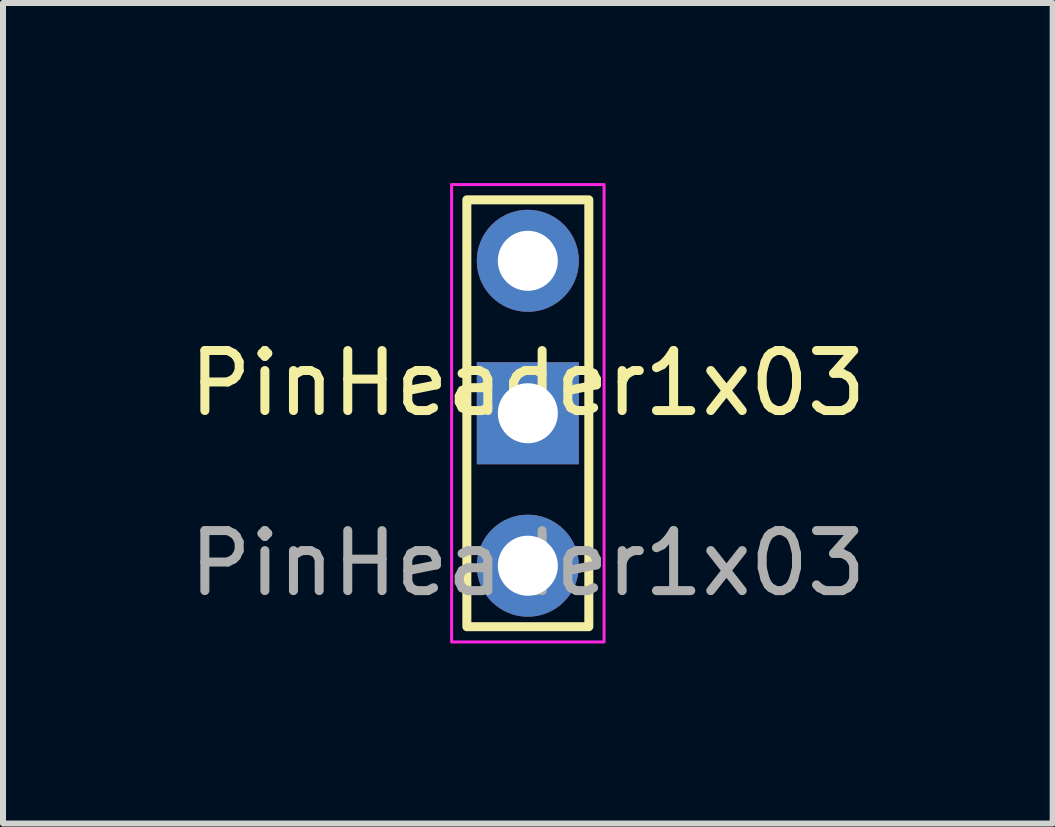
<source format=kicad_pcb>
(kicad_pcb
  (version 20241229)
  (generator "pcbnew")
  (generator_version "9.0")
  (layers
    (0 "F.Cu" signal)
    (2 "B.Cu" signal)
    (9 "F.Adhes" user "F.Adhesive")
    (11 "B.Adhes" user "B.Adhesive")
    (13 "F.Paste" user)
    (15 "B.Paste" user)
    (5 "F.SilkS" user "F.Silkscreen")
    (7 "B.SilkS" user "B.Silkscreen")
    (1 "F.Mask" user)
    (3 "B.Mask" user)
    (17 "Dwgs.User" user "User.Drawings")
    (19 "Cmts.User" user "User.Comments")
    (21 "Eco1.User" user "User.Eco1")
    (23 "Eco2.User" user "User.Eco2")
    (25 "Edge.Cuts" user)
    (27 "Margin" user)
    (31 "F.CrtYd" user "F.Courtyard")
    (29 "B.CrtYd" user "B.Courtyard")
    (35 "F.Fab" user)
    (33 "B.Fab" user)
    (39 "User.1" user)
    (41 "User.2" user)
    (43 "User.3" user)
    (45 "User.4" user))
  (footprint "PinHeader1x03"
    (layer "F.Cu")
    (at 5.744 3.835)
    (property "Reference" "PinHeader1x03" (at 0 -0.5 0) (unlocked yes) (layer "F.SilkS") (effects (font (size 1 1) (thickness 0.15))))
    (attr through_hole)
    (fp_rect (start -1.016 -3.556) (end 1.016 3.556) (stroke (width 0.15) (type default)) (fill no) (layer "F.SilkS"))
    (fp_rect (start -1.27 -3.81) (end 1.27 3.81) (stroke (width 0.05) (type default)) (fill no) (layer "F.CrtYd"))
    (fp_text user "${REFERENCE}" (at 0 2.5 0) (unlocked yes) (layer "F.Fab") (effects (font (size 1 1) (thickness 0.15))))
    (pad "1" thru_hole circle (at 0 -2.54) (size 1.7 1.7) (drill 1) (layers "*.Cu" "*.Mask"))
    (pad "2" thru_hole rect (at 0 0) (size 1.7 1.7) (drill 1) (layers "*.Cu" "*.Mask"))
    (pad "3" thru_hole oval (at 0 2.54) (size 1.7 1.7) (drill 1) (layers "*.Cu" "*.Mask")))
  (gr_rect
    (start -3 -3)
    (end 14.488 10.67)
    (stroke (width 0.1) (type default))
    (fill no)
    (layer "Edge.Cuts")))
</source>
